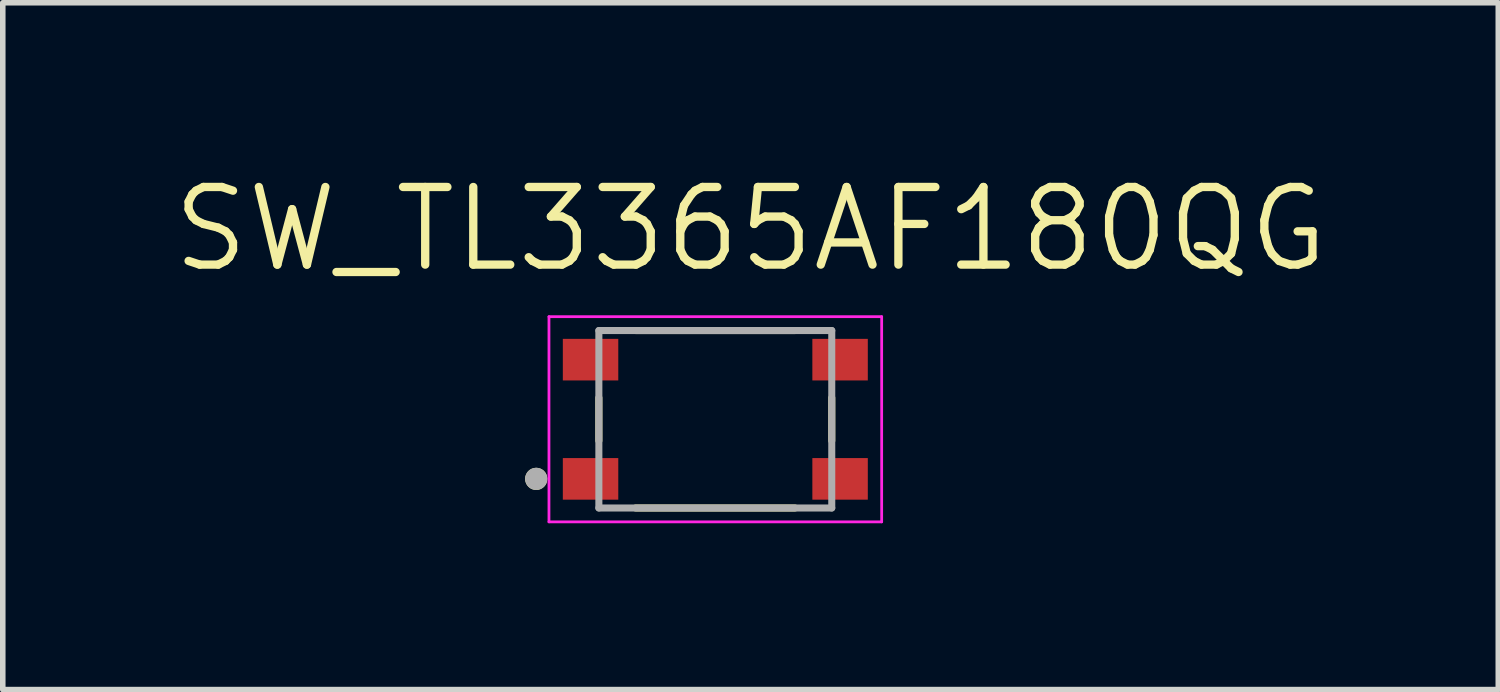
<source format=kicad_pcb>
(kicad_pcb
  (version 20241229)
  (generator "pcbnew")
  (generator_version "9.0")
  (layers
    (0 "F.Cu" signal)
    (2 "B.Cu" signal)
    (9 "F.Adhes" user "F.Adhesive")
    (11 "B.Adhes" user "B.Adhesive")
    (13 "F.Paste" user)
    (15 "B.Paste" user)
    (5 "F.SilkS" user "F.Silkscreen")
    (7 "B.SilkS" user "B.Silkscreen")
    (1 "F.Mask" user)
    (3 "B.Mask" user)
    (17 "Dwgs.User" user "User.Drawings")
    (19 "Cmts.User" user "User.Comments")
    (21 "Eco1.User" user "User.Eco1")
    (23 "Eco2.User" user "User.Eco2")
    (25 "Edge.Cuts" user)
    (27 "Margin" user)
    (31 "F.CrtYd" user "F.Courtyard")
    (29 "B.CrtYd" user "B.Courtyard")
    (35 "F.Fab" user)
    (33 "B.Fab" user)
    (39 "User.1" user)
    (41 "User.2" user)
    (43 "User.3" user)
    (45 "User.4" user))
  (footprint "SW_TL3365AF180QG"
    (layer "F.Cu")
    (at 9.85 4.511)
    (property "Reference" "SW_TL3365AF180QG" (at 0.635 -3.429 0) (layer "F.SilkS") (effects (font (size 1.4 1.4) (thickness 0.15))))
    (attr smd)
    (fp_line (start -2.1 -0.387) (end -2.1 0.387) (stroke (width 0.127) (type solid)) (layer "F.SilkS"))
    (fp_line (start -1.437 1.6) (end 1.437 1.6) (stroke (width 0.127) (type solid)) (layer "F.SilkS"))
    (fp_line (start 1.437 -1.6) (end -1.437 -1.6) (stroke (width 0.127) (type solid)) (layer "F.SilkS"))
    (fp_line (start 2.1 0.387) (end 2.1 -0.387) (stroke (width 0.127) (type solid)) (layer "F.SilkS"))
    (fp_circle (center -3.23 1.075) (end -3.13 1.075) (stroke (width 0.2) (type solid)) (fill no) (layer "F.SilkS"))
    (fp_line (start -3 -1.85) (end 3 -1.85) (stroke (width 0.05) (type solid)) (layer "F.CrtYd"))
    (fp_line (start -3 1.85) (end -3 -1.85) (stroke (width 0.05) (type solid)) (layer "F.CrtYd"))
    (fp_line (start 3 -1.85) (end 3 1.85) (stroke (width 0.05) (type solid)) (layer "F.CrtYd"))
    (fp_line (start 3 1.85) (end -3 1.85) (stroke (width 0.05) (type solid)) (layer "F.CrtYd"))
    (fp_line (start -2.1 -1.6) (end 2.1 -1.6) (stroke (width 0.127) (type solid)) (layer "F.Fab"))
    (fp_line (start -2.1 1.6) (end -2.1 -1.6) (stroke (width 0.127) (type solid)) (layer "F.Fab"))
    (fp_line (start 2.1 -1.6) (end 2.1 1.6) (stroke (width 0.127) (type solid)) (layer "F.Fab"))
    (fp_line (start 2.1 1.6) (end -2.1 1.6) (stroke (width 0.127) (type solid)) (layer "F.Fab"))
    (fp_circle (center -3.23 1.075) (end -3.13 1.075) (stroke (width 0.2) (type solid)) (fill no) (layer "F.Fab"))
    (pad "1" smd rect (at -2.25 1.075) (size 1 0.75) (layers "F.Cu" "F.Mask" "F.Paste"))
    (pad "2" smd rect (at 2.25 1.075) (size 1 0.75) (layers "F.Cu" "F.Mask" "F.Paste"))
    (pad "3" smd rect (at -2.25 -1.075) (size 1 0.75) (layers "F.Cu" "F.Mask" "F.Paste"))
    (pad "4" smd rect (at 2.25 -1.075) (size 1 0.75) (layers "F.Cu" "F.Mask" "F.Paste")))
  (gr_rect
    (start -3 -3)
    (end 23.97 9.386)
    (stroke (width 0.1) (type default))
    (fill no)
    (layer "Edge.Cuts")))
</source>
